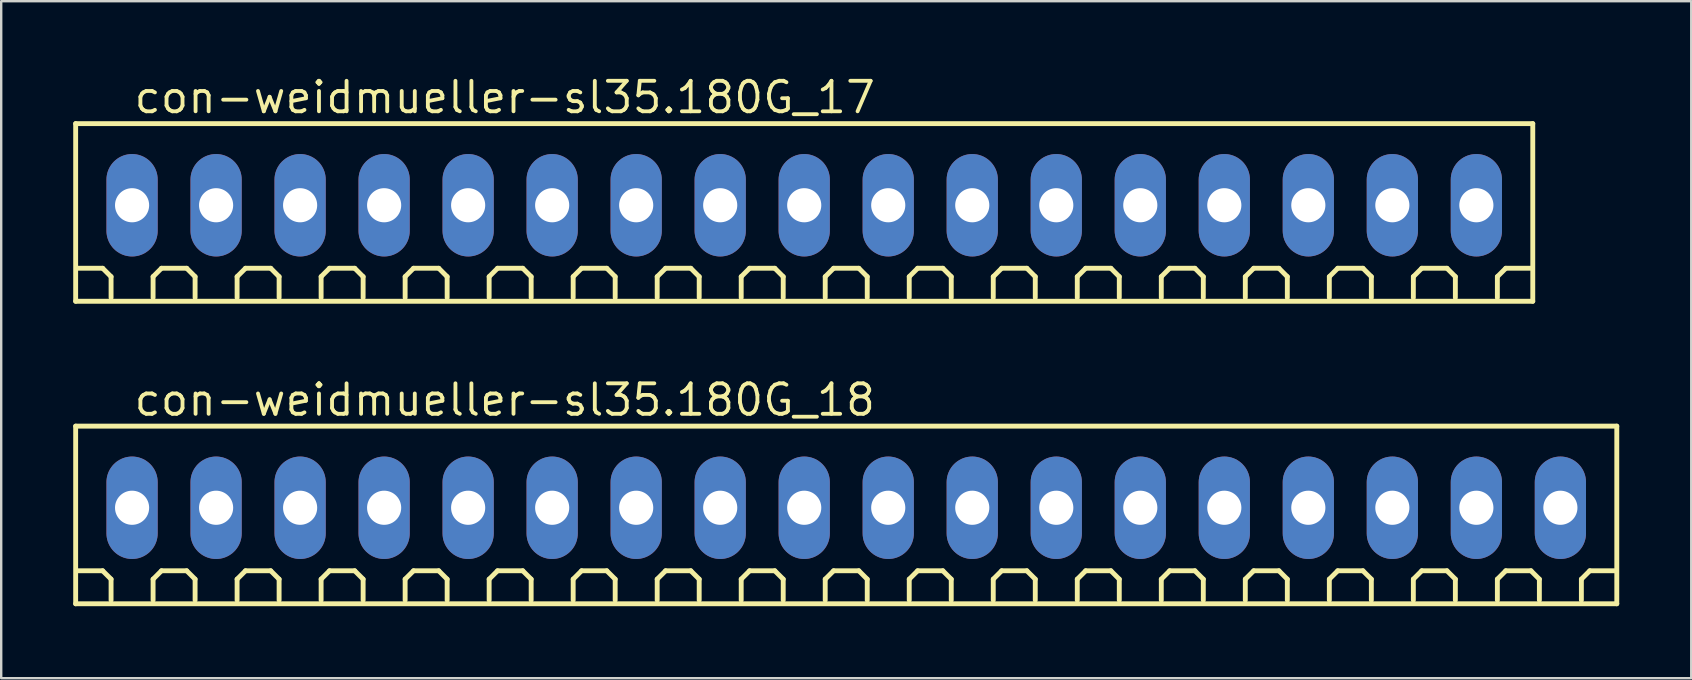
<source format=kicad_pcb>
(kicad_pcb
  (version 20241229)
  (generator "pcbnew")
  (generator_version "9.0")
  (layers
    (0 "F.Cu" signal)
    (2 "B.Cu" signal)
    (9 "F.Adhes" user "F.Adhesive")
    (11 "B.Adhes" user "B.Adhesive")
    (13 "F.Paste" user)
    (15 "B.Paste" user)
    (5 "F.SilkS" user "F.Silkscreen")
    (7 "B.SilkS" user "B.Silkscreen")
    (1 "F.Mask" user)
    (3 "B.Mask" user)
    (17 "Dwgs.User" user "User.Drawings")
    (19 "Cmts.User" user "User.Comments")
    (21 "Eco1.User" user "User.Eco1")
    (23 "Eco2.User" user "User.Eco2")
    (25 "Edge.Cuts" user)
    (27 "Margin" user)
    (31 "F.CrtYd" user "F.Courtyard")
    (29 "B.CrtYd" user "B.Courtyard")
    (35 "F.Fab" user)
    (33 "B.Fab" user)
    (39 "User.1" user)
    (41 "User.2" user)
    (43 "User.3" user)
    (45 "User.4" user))
  (footprint "con-weidmueller-sl35.180G_17"
    (layer "F.Cu")
    (at 30.452 5.5)
    (property "Reference" "con-weidmueller-sl35.180G_17" (at -28 -3.75 0) (layer "F.SilkS") (effects (font (size 1.27 1.27) (thickness 0.16)) (justify left bottom)))
    (attr through_hole)
    (fp_line (start -30.35 -3.4) (end 30.35 -3.4) (stroke (width 0.203) (type default)) (layer "F.SilkS"))
    (fp_line (start -30.35 4) (end -30.35 -3.4) (stroke (width 0.203) (type default)) (layer "F.SilkS"))
    (fp_line (start -29.225 2.625) (end -30.275 2.625) (stroke (width 0.203) (type default)) (layer "F.SilkS"))
    (fp_line (start -28.875 2.975) (end -29.225 2.625) (stroke (width 0.203) (type default)) (layer "F.SilkS"))
    (fp_line (start -28.875 3.85) (end -28.875 2.975) (stroke (width 0.203) (type default)) (layer "F.SilkS"))
    (fp_line (start -27.125 2.975) (end -26.775 2.625) (stroke (width 0.203) (type default)) (layer "F.SilkS"))
    (fp_line (start -27.125 3.85) (end -27.125 2.975) (stroke (width 0.203) (type default)) (layer "F.SilkS"))
    (fp_line (start -26.775 2.625) (end -25.725 2.625) (stroke (width 0.203) (type default)) (layer "F.SilkS"))
    (fp_line (start -25.725 2.625) (end -25.375 2.975) (stroke (width 0.203) (type default)) (layer "F.SilkS"))
    (fp_line (start -25.375 2.975) (end -25.375 3.85) (stroke (width 0.203) (type default)) (layer "F.SilkS"))
    (fp_line (start -23.625 2.975) (end -23.275 2.625) (stroke (width 0.203) (type default)) (layer "F.SilkS"))
    (fp_line (start -23.625 3.85) (end -23.625 2.975) (stroke (width 0.203) (type default)) (layer "F.SilkS"))
    (fp_line (start -23.275 2.625) (end -22.225 2.625) (stroke (width 0.203) (type default)) (layer "F.SilkS"))
    (fp_line (start -22.225 2.625) (end -21.875 2.975) (stroke (width 0.203) (type default)) (layer "F.SilkS"))
    (fp_line (start -21.875 2.975) (end -21.875 3.85) (stroke (width 0.203) (type default)) (layer "F.SilkS"))
    (fp_line (start -20.125 2.975) (end -19.775 2.625) (stroke (width 0.203) (type default)) (layer "F.SilkS"))
    (fp_line (start -20.125 3.85) (end -20.125 2.975) (stroke (width 0.203) (type default)) (layer "F.SilkS"))
    (fp_line (start -19.775 2.625) (end -18.725 2.625) (stroke (width 0.203) (type default)) (layer "F.SilkS"))
    (fp_line (start -18.725 2.625) (end -18.375 2.975) (stroke (width 0.203) (type default)) (layer "F.SilkS"))
    (fp_line (start -18.375 2.975) (end -18.375 3.85) (stroke (width 0.203) (type default)) (layer "F.SilkS"))
    (fp_line (start -16.625 2.975) (end -16.275 2.625) (stroke (width 0.203) (type default)) (layer "F.SilkS"))
    (fp_line (start -16.625 3.85) (end -16.625 2.975) (stroke (width 0.203) (type default)) (layer "F.SilkS"))
    (fp_line (start -16.275 2.625) (end -15.225 2.625) (stroke (width 0.203) (type default)) (layer "F.SilkS"))
    (fp_line (start -15.225 2.625) (end -14.875 2.975) (stroke (width 0.203) (type default)) (layer "F.SilkS"))
    (fp_line (start -14.875 2.975) (end -14.875 3.85) (stroke (width 0.203) (type default)) (layer "F.SilkS"))
    (fp_line (start -13.125 2.975) (end -12.775 2.625) (stroke (width 0.203) (type default)) (layer "F.SilkS"))
    (fp_line (start -13.125 3.85) (end -13.125 2.975) (stroke (width 0.203) (type default)) (layer "F.SilkS"))
    (fp_line (start -12.775 2.625) (end -11.725 2.625) (stroke (width 0.203) (type default)) (layer "F.SilkS"))
    (fp_line (start -11.725 2.625) (end -11.375 2.975) (stroke (width 0.203) (type default)) (layer "F.SilkS"))
    (fp_line (start -11.375 2.975) (end -11.375 3.85) (stroke (width 0.203) (type default)) (layer "F.SilkS"))
    (fp_line (start -9.625 2.975) (end -9.275 2.625) (stroke (width 0.203) (type default)) (layer "F.SilkS"))
    (fp_line (start -9.625 3.85) (end -9.625 2.975) (stroke (width 0.203) (type default)) (layer "F.SilkS"))
    (fp_line (start -9.275 2.625) (end -8.225 2.625) (stroke (width 0.203) (type default)) (layer "F.SilkS"))
    (fp_line (start -8.225 2.625) (end -7.875 2.975) (stroke (width 0.203) (type default)) (layer "F.SilkS"))
    (fp_line (start -7.875 2.975) (end -7.875 3.85) (stroke (width 0.203) (type default)) (layer "F.SilkS"))
    (fp_line (start -6.125 2.975) (end -5.775 2.625) (stroke (width 0.203) (type default)) (layer "F.SilkS"))
    (fp_line (start -6.125 3.85) (end -6.125 2.975) (stroke (width 0.203) (type default)) (layer "F.SilkS"))
    (fp_line (start -5.775 2.625) (end -4.725 2.625) (stroke (width 0.203) (type default)) (layer "F.SilkS"))
    (fp_line (start -4.725 2.625) (end -4.375 2.975) (stroke (width 0.203) (type default)) (layer "F.SilkS"))
    (fp_line (start -4.375 2.975) (end -4.375 3.85) (stroke (width 0.203) (type default)) (layer "F.SilkS"))
    (fp_line (start -2.625 2.975) (end -2.275 2.625) (stroke (width 0.203) (type default)) (layer "F.SilkS"))
    (fp_line (start -2.625 3.85) (end -2.625 2.975) (stroke (width 0.203) (type default)) (layer "F.SilkS"))
    (fp_line (start -2.275 2.625) (end -1.225 2.625) (stroke (width 0.203) (type default)) (layer "F.SilkS"))
    (fp_line (start -1.225 2.625) (end -0.875 2.975) (stroke (width 0.203) (type default)) (layer "F.SilkS"))
    (fp_line (start -0.875 2.975) (end -0.875 3.85) (stroke (width 0.203) (type default)) (layer "F.SilkS"))
    (fp_line (start 0.875 2.975) (end 1.225 2.625) (stroke (width 0.203) (type default)) (layer "F.SilkS"))
    (fp_line (start 0.875 3.85) (end 0.875 2.975) (stroke (width 0.203) (type default)) (layer "F.SilkS"))
    (fp_line (start 1.225 2.625) (end 2.275 2.625) (stroke (width 0.203) (type default)) (layer "F.SilkS"))
    (fp_line (start 2.275 2.625) (end 2.625 2.975) (stroke (width 0.203) (type default)) (layer "F.SilkS"))
    (fp_line (start 2.625 2.975) (end 2.625 3.85) (stroke (width 0.203) (type default)) (layer "F.SilkS"))
    (fp_line (start 4.375 2.975) (end 4.725 2.625) (stroke (width 0.203) (type default)) (layer "F.SilkS"))
    (fp_line (start 4.375 3.85) (end 4.375 2.975) (stroke (width 0.203) (type default)) (layer "F.SilkS"))
    (fp_line (start 4.725 2.625) (end 5.775 2.625) (stroke (width 0.203) (type default)) (layer "F.SilkS"))
    (fp_line (start 5.775 2.625) (end 6.125 2.975) (stroke (width 0.203) (type default)) (layer "F.SilkS"))
    (fp_line (start 6.125 2.975) (end 6.125 3.85) (stroke (width 0.203) (type default)) (layer "F.SilkS"))
    (fp_line (start 7.875 2.975) (end 8.225 2.625) (stroke (width 0.203) (type default)) (layer "F.SilkS"))
    (fp_line (start 7.875 3.85) (end 7.875 2.975) (stroke (width 0.203) (type default)) (layer "F.SilkS"))
    (fp_line (start 8.225 2.625) (end 9.275 2.625) (stroke (width 0.203) (type default)) (layer "F.SilkS"))
    (fp_line (start 9.275 2.625) (end 9.625 2.975) (stroke (width 0.203) (type default)) (layer "F.SilkS"))
    (fp_line (start 9.625 2.975) (end 9.625 3.85) (stroke (width 0.203) (type default)) (layer "F.SilkS"))
    (fp_line (start 11.375 2.975) (end 11.725 2.625) (stroke (width 0.203) (type default)) (layer "F.SilkS"))
    (fp_line (start 11.375 3.85) (end 11.375 2.975) (stroke (width 0.203) (type default)) (layer "F.SilkS"))
    (fp_line (start 11.725 2.625) (end 12.775 2.625) (stroke (width 0.203) (type default)) (layer "F.SilkS"))
    (fp_line (start 12.775 2.625) (end 13.125 2.975) (stroke (width 0.203) (type default)) (layer "F.SilkS"))
    (fp_line (start 13.125 2.975) (end 13.125 3.85) (stroke (width 0.203) (type default)) (layer "F.SilkS"))
    (fp_line (start 14.875 2.975) (end 15.225 2.625) (stroke (width 0.203) (type default)) (layer "F.SilkS"))
    (fp_line (start 14.875 3.85) (end 14.875 2.975) (stroke (width 0.203) (type default)) (layer "F.SilkS"))
    (fp_line (start 15.225 2.625) (end 16.275 2.625) (stroke (width 0.203) (type default)) (layer "F.SilkS"))
    (fp_line (start 16.275 2.625) (end 16.625 2.975) (stroke (width 0.203) (type default)) (layer "F.SilkS"))
    (fp_line (start 16.625 2.975) (end 16.625 3.85) (stroke (width 0.203) (type default)) (layer "F.SilkS"))
    (fp_line (start 18.375 2.975) (end 18.725 2.625) (stroke (width 0.203) (type default)) (layer "F.SilkS"))
    (fp_line (start 18.375 3.85) (end 18.375 2.975) (stroke (width 0.203) (type default)) (layer "F.SilkS"))
    (fp_line (start 18.725 2.625) (end 19.775 2.625) (stroke (width 0.203) (type default)) (layer "F.SilkS"))
    (fp_line (start 19.775 2.625) (end 20.125 2.975) (stroke (width 0.203) (type default)) (layer "F.SilkS"))
    (fp_line (start 20.125 2.975) (end 20.125 3.85) (stroke (width 0.203) (type default)) (layer "F.SilkS"))
    (fp_line (start 21.875 2.975) (end 22.225 2.625) (stroke (width 0.203) (type default)) (layer "F.SilkS"))
    (fp_line (start 21.875 3.85) (end 21.875 2.975) (stroke (width 0.203) (type default)) (layer "F.SilkS"))
    (fp_line (start 22.225 2.625) (end 23.275 2.625) (stroke (width 0.203) (type default)) (layer "F.SilkS"))
    (fp_line (start 23.275 2.625) (end 23.625 2.975) (stroke (width 0.203) (type default)) (layer "F.SilkS"))
    (fp_line (start 23.625 2.975) (end 23.625 3.85) (stroke (width 0.203) (type default)) (layer "F.SilkS"))
    (fp_line (start 25.375 2.975) (end 25.725 2.625) (stroke (width 0.203) (type default)) (layer "F.SilkS"))
    (fp_line (start 25.375 3.85) (end 25.375 2.975) (stroke (width 0.203) (type default)) (layer "F.SilkS"))
    (fp_line (start 25.725 2.625) (end 26.775 2.625) (stroke (width 0.203) (type default)) (layer "F.SilkS"))
    (fp_line (start 26.775 2.625) (end 27.125 2.975) (stroke (width 0.203) (type default)) (layer "F.SilkS"))
    (fp_line (start 27.125 2.975) (end 27.125 3.85) (stroke (width 0.203) (type default)) (layer "F.SilkS"))
    (fp_line (start 28.875 2.975) (end 29.225 2.625) (stroke (width 0.203) (type default)) (layer "F.SilkS"))
    (fp_line (start 28.875 3.85) (end 28.875 2.975) (stroke (width 0.203) (type default)) (layer "F.SilkS"))
    (fp_line (start 29.225 2.625) (end 30.275 2.625) (stroke (width 0.203) (type default)) (layer "F.SilkS"))
    (fp_line (start 30.35 -3.4) (end 30.35 4) (stroke (width 0.203) (type default)) (layer "F.SilkS"))
    (fp_line (start 30.35 4) (end -30.35 4) (stroke (width 0.203) (type default)) (layer "F.SilkS"))
    (pad "1" thru_hole oval (at -28 0 90) (size 4.267 2.134) (drill 1.422) (layers "*.Cu" "*.Mask"))
    (pad "2" thru_hole oval (at -24.5 0 90) (size 4.267 2.134) (drill 1.422) (layers "*.Cu" "*.Mask"))
    (pad "3" thru_hole oval (at -21 0 90) (size 4.267 2.134) (drill 1.422) (layers "*.Cu" "*.Mask"))
    (pad "4" thru_hole oval (at -17.5 0 90) (size 4.267 2.134) (drill 1.422) (layers "*.Cu" "*.Mask"))
    (pad "5" thru_hole oval (at -14 0 90) (size 4.267 2.134) (drill 1.422) (layers "*.Cu" "*.Mask"))
    (pad "6" thru_hole oval (at -10.5 0 90) (size 4.267 2.134) (drill 1.422) (layers "*.Cu" "*.Mask"))
    (pad "7" thru_hole oval (at -7 0 90) (size 4.267 2.134) (drill 1.422) (layers "*.Cu" "*.Mask"))
    (pad "8" thru_hole oval (at -3.5 0 90) (size 4.267 2.134) (drill 1.422) (layers "*.Cu" "*.Mask"))
    (pad "9" thru_hole oval (at 0 0 90) (size 4.267 2.134) (drill 1.422) (layers "*.Cu" "*.Mask"))
    (pad "10" thru_hole oval (at 3.5 0 90) (size 4.267 2.134) (drill 1.422) (layers "*.Cu" "*.Mask"))
    (pad "11" thru_hole oval (at 7 0 90) (size 4.267 2.134) (drill 1.422) (layers "*.Cu" "*.Mask"))
    (pad "12" thru_hole oval (at 10.5 0 90) (size 4.267 2.134) (drill 1.422) (layers "*.Cu" "*.Mask"))
    (pad "13" thru_hole oval (at 14 0 90) (size 4.267 2.134) (drill 1.422) (layers "*.Cu" "*.Mask"))
    (pad "14" thru_hole oval (at 17.5 0 90) (size 4.267 2.134) (drill 1.422) (layers "*.Cu" "*.Mask"))
    (pad "15" thru_hole oval (at 21 0 90) (size 4.267 2.134) (drill 1.422) (layers "*.Cu" "*.Mask"))
    (pad "16" thru_hole oval (at 24.5 0 90) (size 4.267 2.134) (drill 1.422) (layers "*.Cu" "*.Mask"))
    (pad "17" thru_hole oval (at 28 0 90) (size 4.267 2.134) (drill 1.422) (layers "*.Cu" "*.Mask")))
  (footprint "con-weidmueller-sl35.180G_18"
    (layer "F.Cu")
    (at 32.202 18.102)
    (property "Reference" "con-weidmueller-sl35.180G_18" (at -29.75 -3.75 0) (layer "F.SilkS") (effects (font (size 1.27 1.27) (thickness 0.16)) (justify left bottom)))
    (attr through_hole)
    (fp_line (start -32.1 -3.4) (end 32.1 -3.4) (stroke (width 0.203) (type default)) (layer "F.SilkS"))
    (fp_line (start -32.1 4) (end -32.1 -3.4) (stroke (width 0.203) (type default)) (layer "F.SilkS"))
    (fp_line (start -30.975 2.625) (end -32.025 2.625) (stroke (width 0.203) (type default)) (layer "F.SilkS"))
    (fp_line (start -30.625 2.975) (end -30.975 2.625) (stroke (width 0.203) (type default)) (layer "F.SilkS"))
    (fp_line (start -30.625 3.85) (end -30.625 2.975) (stroke (width 0.203) (type default)) (layer "F.SilkS"))
    (fp_line (start -28.875 2.975) (end -28.525 2.625) (stroke (width 0.203) (type default)) (layer "F.SilkS"))
    (fp_line (start -28.875 3.85) (end -28.875 2.975) (stroke (width 0.203) (type default)) (layer "F.SilkS"))
    (fp_line (start -28.525 2.625) (end -27.475 2.625) (stroke (width 0.203) (type default)) (layer "F.SilkS"))
    (fp_line (start -27.475 2.625) (end -27.125 2.975) (stroke (width 0.203) (type default)) (layer "F.SilkS"))
    (fp_line (start -27.125 2.975) (end -27.125 3.85) (stroke (width 0.203) (type default)) (layer "F.SilkS"))
    (fp_line (start -25.375 2.975) (end -25.025 2.625) (stroke (width 0.203) (type default)) (layer "F.SilkS"))
    (fp_line (start -25.375 3.85) (end -25.375 2.975) (stroke (width 0.203) (type default)) (layer "F.SilkS"))
    (fp_line (start -25.025 2.625) (end -23.975 2.625) (stroke (width 0.203) (type default)) (layer "F.SilkS"))
    (fp_line (start -23.975 2.625) (end -23.625 2.975) (stroke (width 0.203) (type default)) (layer "F.SilkS"))
    (fp_line (start -23.625 2.975) (end -23.625 3.85) (stroke (width 0.203) (type default)) (layer "F.SilkS"))
    (fp_line (start -21.875 2.975) (end -21.525 2.625) (stroke (width 0.203) (type default)) (layer "F.SilkS"))
    (fp_line (start -21.875 3.85) (end -21.875 2.975) (stroke (width 0.203) (type default)) (layer "F.SilkS"))
    (fp_line (start -21.525 2.625) (end -20.475 2.625) (stroke (width 0.203) (type default)) (layer "F.SilkS"))
    (fp_line (start -20.475 2.625) (end -20.125 2.975) (stroke (width 0.203) (type default)) (layer "F.SilkS"))
    (fp_line (start -20.125 2.975) (end -20.125 3.85) (stroke (width 0.203) (type default)) (layer "F.SilkS"))
    (fp_line (start -18.375 2.975) (end -18.025 2.625) (stroke (width 0.203) (type default)) (layer "F.SilkS"))
    (fp_line (start -18.375 3.85) (end -18.375 2.975) (stroke (width 0.203) (type default)) (layer "F.SilkS"))
    (fp_line (start -18.025 2.625) (end -16.975 2.625) (stroke (width 0.203) (type default)) (layer "F.SilkS"))
    (fp_line (start -16.975 2.625) (end -16.625 2.975) (stroke (width 0.203) (type default)) (layer "F.SilkS"))
    (fp_line (start -16.625 2.975) (end -16.625 3.85) (stroke (width 0.203) (type default)) (layer "F.SilkS"))
    (fp_line (start -14.875 2.975) (end -14.525 2.625) (stroke (width 0.203) (type default)) (layer "F.SilkS"))
    (fp_line (start -14.875 3.85) (end -14.875 2.975) (stroke (width 0.203) (type default)) (layer "F.SilkS"))
    (fp_line (start -14.525 2.625) (end -13.475 2.625) (stroke (width 0.203) (type default)) (layer "F.SilkS"))
    (fp_line (start -13.475 2.625) (end -13.125 2.975) (stroke (width 0.203) (type default)) (layer "F.SilkS"))
    (fp_line (start -13.125 2.975) (end -13.125 3.85) (stroke (width 0.203) (type default)) (layer "F.SilkS"))
    (fp_line (start -11.375 2.975) (end -11.025 2.625) (stroke (width 0.203) (type default)) (layer "F.SilkS"))
    (fp_line (start -11.375 3.85) (end -11.375 2.975) (stroke (width 0.203) (type default)) (layer "F.SilkS"))
    (fp_line (start -11.025 2.625) (end -9.975 2.625) (stroke (width 0.203) (type default)) (layer "F.SilkS"))
    (fp_line (start -9.975 2.625) (end -9.625 2.975) (stroke (width 0.203) (type default)) (layer "F.SilkS"))
    (fp_line (start -9.625 2.975) (end -9.625 3.85) (stroke (width 0.203) (type default)) (layer "F.SilkS"))
    (fp_line (start -7.875 2.975) (end -7.525 2.625) (stroke (width 0.203) (type default)) (layer "F.SilkS"))
    (fp_line (start -7.875 3.85) (end -7.875 2.975) (stroke (width 0.203) (type default)) (layer "F.SilkS"))
    (fp_line (start -7.525 2.625) (end -6.475 2.625) (stroke (width 0.203) (type default)) (layer "F.SilkS"))
    (fp_line (start -6.475 2.625) (end -6.125 2.975) (stroke (width 0.203) (type default)) (layer "F.SilkS"))
    (fp_line (start -6.125 2.975) (end -6.125 3.85) (stroke (width 0.203) (type default)) (layer "F.SilkS"))
    (fp_line (start -4.375 2.975) (end -4.025 2.625) (stroke (width 0.203) (type default)) (layer "F.SilkS"))
    (fp_line (start -4.375 3.85) (end -4.375 2.975) (stroke (width 0.203) (type default)) (layer "F.SilkS"))
    (fp_line (start -4.025 2.625) (end -2.975 2.625) (stroke (width 0.203) (type default)) (layer "F.SilkS"))
    (fp_line (start -2.975 2.625) (end -2.625 2.975) (stroke (width 0.203) (type default)) (layer "F.SilkS"))
    (fp_line (start -2.625 2.975) (end -2.625 3.85) (stroke (width 0.203) (type default)) (layer "F.SilkS"))
    (fp_line (start -0.875 2.975) (end -0.525 2.625) (stroke (width 0.203) (type default)) (layer "F.SilkS"))
    (fp_line (start -0.875 3.85) (end -0.875 2.975) (stroke (width 0.203) (type default)) (layer "F.SilkS"))
    (fp_line (start -0.525 2.625) (end 0.525 2.625) (stroke (width 0.203) (type default)) (layer "F.SilkS"))
    (fp_line (start 0.525 2.625) (end 0.875 2.975) (stroke (width 0.203) (type default)) (layer "F.SilkS"))
    (fp_line (start 0.875 2.975) (end 0.875 3.85) (stroke (width 0.203) (type default)) (layer "F.SilkS"))
    (fp_line (start 2.625 2.975) (end 2.975 2.625) (stroke (width 0.203) (type default)) (layer "F.SilkS"))
    (fp_line (start 2.625 3.85) (end 2.625 2.975) (stroke (width 0.203) (type default)) (layer "F.SilkS"))
    (fp_line (start 2.975 2.625) (end 4.025 2.625) (stroke (width 0.203) (type default)) (layer "F.SilkS"))
    (fp_line (start 4.025 2.625) (end 4.375 2.975) (stroke (width 0.203) (type default)) (layer "F.SilkS"))
    (fp_line (start 4.375 2.975) (end 4.375 3.85) (stroke (width 0.203) (type default)) (layer "F.SilkS"))
    (fp_line (start 6.125 2.975) (end 6.475 2.625) (stroke (width 0.203) (type default)) (layer "F.SilkS"))
    (fp_line (start 6.125 3.85) (end 6.125 2.975) (stroke (width 0.203) (type default)) (layer "F.SilkS"))
    (fp_line (start 6.475 2.625) (end 7.525 2.625) (stroke (width 0.203) (type default)) (layer "F.SilkS"))
    (fp_line (start 7.525 2.625) (end 7.875 2.975) (stroke (width 0.203) (type default)) (layer "F.SilkS"))
    (fp_line (start 7.875 2.975) (end 7.875 3.85) (stroke (width 0.203) (type default)) (layer "F.SilkS"))
    (fp_line (start 9.625 2.975) (end 9.975 2.625) (stroke (width 0.203) (type default)) (layer "F.SilkS"))
    (fp_line (start 9.625 3.85) (end 9.625 2.975) (stroke (width 0.203) (type default)) (layer "F.SilkS"))
    (fp_line (start 9.975 2.625) (end 11.025 2.625) (stroke (width 0.203) (type default)) (layer "F.SilkS"))
    (fp_line (start 11.025 2.625) (end 11.375 2.975) (stroke (width 0.203) (type default)) (layer "F.SilkS"))
    (fp_line (start 11.375 2.975) (end 11.375 3.85) (stroke (width 0.203) (type default)) (layer "F.SilkS"))
    (fp_line (start 13.125 2.975) (end 13.475 2.625) (stroke (width 0.203) (type default)) (layer "F.SilkS"))
    (fp_line (start 13.125 3.85) (end 13.125 2.975) (stroke (width 0.203) (type default)) (layer "F.SilkS"))
    (fp_line (start 13.475 2.625) (end 14.525 2.625) (stroke (width 0.203) (type default)) (layer "F.SilkS"))
    (fp_line (start 14.525 2.625) (end 14.875 2.975) (stroke (width 0.203) (type default)) (layer "F.SilkS"))
    (fp_line (start 14.875 2.975) (end 14.875 3.85) (stroke (width 0.203) (type default)) (layer "F.SilkS"))
    (fp_line (start 16.625 2.975) (end 16.975 2.625) (stroke (width 0.203) (type default)) (layer "F.SilkS"))
    (fp_line (start 16.625 3.85) (end 16.625 2.975) (stroke (width 0.203) (type default)) (layer "F.SilkS"))
    (fp_line (start 16.975 2.625) (end 18.025 2.625) (stroke (width 0.203) (type default)) (layer "F.SilkS"))
    (fp_line (start 18.025 2.625) (end 18.375 2.975) (stroke (width 0.203) (type default)) (layer "F.SilkS"))
    (fp_line (start 18.375 2.975) (end 18.375 3.85) (stroke (width 0.203) (type default)) (layer "F.SilkS"))
    (fp_line (start 20.125 2.975) (end 20.475 2.625) (stroke (width 0.203) (type default)) (layer "F.SilkS"))
    (fp_line (start 20.125 3.85) (end 20.125 2.975) (stroke (width 0.203) (type default)) (layer "F.SilkS"))
    (fp_line (start 20.475 2.625) (end 21.525 2.625) (stroke (width 0.203) (type default)) (layer "F.SilkS"))
    (fp_line (start 21.525 2.625) (end 21.875 2.975) (stroke (width 0.203) (type default)) (layer "F.SilkS"))
    (fp_line (start 21.875 2.975) (end 21.875 3.85) (stroke (width 0.203) (type default)) (layer "F.SilkS"))
    (fp_line (start 23.625 2.975) (end 23.975 2.625) (stroke (width 0.203) (type default)) (layer "F.SilkS"))
    (fp_line (start 23.625 3.85) (end 23.625 2.975) (stroke (width 0.203) (type default)) (layer "F.SilkS"))
    (fp_line (start 23.975 2.625) (end 25.025 2.625) (stroke (width 0.203) (type default)) (layer "F.SilkS"))
    (fp_line (start 25.025 2.625) (end 25.375 2.975) (stroke (width 0.203) (type default)) (layer "F.SilkS"))
    (fp_line (start 25.375 2.975) (end 25.375 3.85) (stroke (width 0.203) (type default)) (layer "F.SilkS"))
    (fp_line (start 27.125 2.975) (end 27.475 2.625) (stroke (width 0.203) (type default)) (layer "F.SilkS"))
    (fp_line (start 27.125 3.85) (end 27.125 2.975) (stroke (width 0.203) (type default)) (layer "F.SilkS"))
    (fp_line (start 27.475 2.625) (end 28.525 2.625) (stroke (width 0.203) (type default)) (layer "F.SilkS"))
    (fp_line (start 28.525 2.625) (end 28.875 2.975) (stroke (width 0.203) (type default)) (layer "F.SilkS"))
    (fp_line (start 28.875 2.975) (end 28.875 3.85) (stroke (width 0.203) (type default)) (layer "F.SilkS"))
    (fp_line (start 30.625 2.975) (end 30.975 2.625) (stroke (width 0.203) (type default)) (layer "F.SilkS"))
    (fp_line (start 30.625 3.85) (end 30.625 2.975) (stroke (width 0.203) (type default)) (layer "F.SilkS"))
    (fp_line (start 30.975 2.625) (end 32.025 2.625) (stroke (width 0.203) (type default)) (layer "F.SilkS"))
    (fp_line (start 32.1 -3.4) (end 32.1 4) (stroke (width 0.203) (type default)) (layer "F.SilkS"))
    (fp_line (start 32.1 4) (end -32.1 4) (stroke (width 0.203) (type default)) (layer "F.SilkS"))
    (pad "1" thru_hole oval (at -29.75 0 90) (size 4.267 2.134) (drill 1.422) (layers "*.Cu" "*.Mask"))
    (pad "2" thru_hole oval (at -26.25 0 90) (size 4.267 2.134) (drill 1.422) (layers "*.Cu" "*.Mask"))
    (pad "3" thru_hole oval (at -22.75 0 90) (size 4.267 2.134) (drill 1.422) (layers "*.Cu" "*.Mask"))
    (pad "4" thru_hole oval (at -19.25 0 90) (size 4.267 2.134) (drill 1.422) (layers "*.Cu" "*.Mask"))
    (pad "5" thru_hole oval (at -15.75 0 90) (size 4.267 2.134) (drill 1.422) (layers "*.Cu" "*.Mask"))
    (pad "6" thru_hole oval (at -12.25 0 90) (size 4.267 2.134) (drill 1.422) (layers "*.Cu" "*.Mask"))
    (pad "7" thru_hole oval (at -8.75 0 90) (size 4.267 2.134) (drill 1.422) (layers "*.Cu" "*.Mask"))
    (pad "8" thru_hole oval (at -5.25 0 90) (size 4.267 2.134) (drill 1.422) (layers "*.Cu" "*.Mask"))
    (pad "9" thru_hole oval (at -1.75 0 90) (size 4.267 2.134) (drill 1.422) (layers "*.Cu" "*.Mask"))
    (pad "10" thru_hole oval (at 1.75 0 90) (size 4.267 2.134) (drill 1.422) (layers "*.Cu" "*.Mask"))
    (pad "11" thru_hole oval (at 5.25 0 90) (size 4.267 2.134) (drill 1.422) (layers "*.Cu" "*.Mask"))
    (pad "12" thru_hole oval (at 8.75 0 90) (size 4.267 2.134) (drill 1.422) (layers "*.Cu" "*.Mask"))
    (pad "13" thru_hole oval (at 12.25 0 90) (size 4.267 2.134) (drill 1.422) (layers "*.Cu" "*.Mask"))
    (pad "14" thru_hole oval (at 15.75 0 90) (size 4.267 2.134) (drill 1.422) (layers "*.Cu" "*.Mask"))
    (pad "15" thru_hole oval (at 19.25 0 90) (size 4.267 2.134) (drill 1.422) (layers "*.Cu" "*.Mask"))
    (pad "16" thru_hole oval (at 22.75 0 90) (size 4.267 2.134) (drill 1.422) (layers "*.Cu" "*.Mask"))
    (pad "17" thru_hole oval (at 26.25 0 90) (size 4.267 2.134) (drill 1.422) (layers "*.Cu" "*.Mask"))
    (pad "18" thru_hole oval (at 29.75 0 90) (size 4.267 2.134) (drill 1.422) (layers "*.Cu" "*.Mask")))
  (gr_rect
    (start -3 -3)
    (end 67.403 25.203)
    (stroke (width 0.1) (type default))
    (fill no)
    (layer "Edge.Cuts")))
</source>
